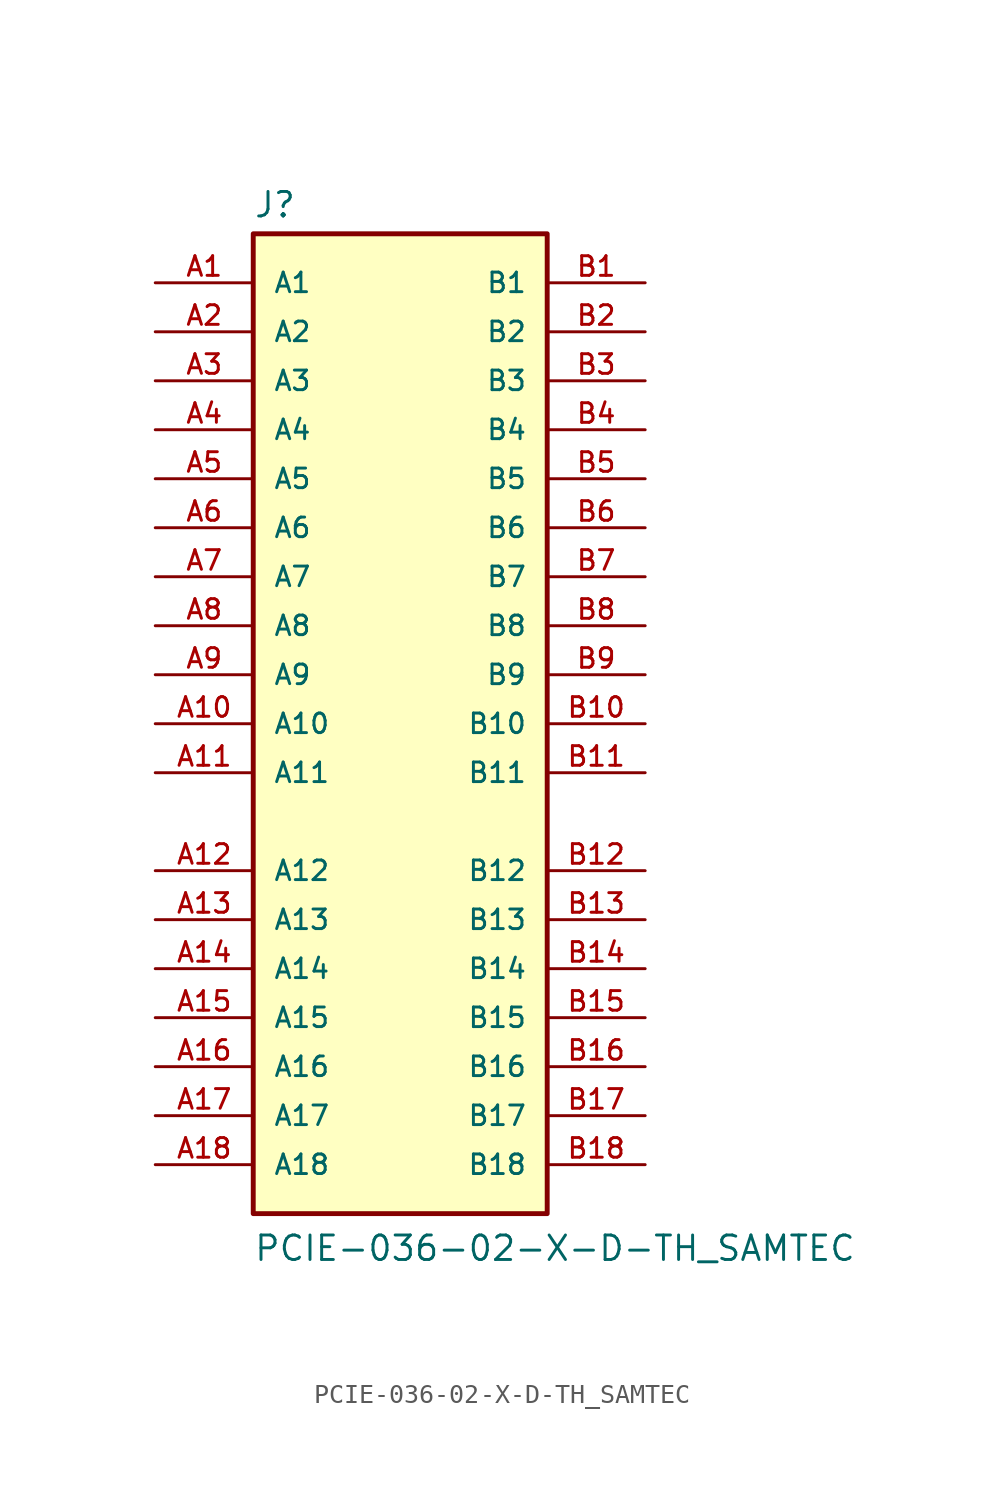
<source format=kicad_sym>
(kicad_symbol_lib
  (version 20241209)
  (generator "kicad_symbol_editor")
  (generator_version "9.0")
  (symbol "PCIE-036-02-X-D-TH_SAMTEC"
    (pin_names
      (offset 1.016))
    (property "Reference" "J"
      (at -7.62 26.162 0)
      (effects (font (size 1.27 1.27)) (justify left bottom)))
    (property "Value" "PCIE-036-02-X-D-TH_SAMTEC"
      (at -7.62 -27.94 0)
      (effects (font (size 1.27 1.27)) (justify left bottom)))
    (symbol "PCIE-036-02-X-D-TH_SAMTEC_0_0"
      (rectangle (start -7.62 -25.4) (end 7.62 25.4) (stroke (width 0.254) (type default)) (fill (type background)))
      (pin passive line (at -12.7 22.86 0) (length 5.08) (name "A1" (effects (font (size 1.016 1.016)))) (number "A1" (effects (font (size 1.016 1.016)))))
      (pin passive line (at -12.7 20.32 0) (length 5.08) (name "A2" (effects (font (size 1.016 1.016)))) (number "A2" (effects (font (size 1.016 1.016)))))
      (pin passive line (at -12.7 17.78 0) (length 5.08) (name "A3" (effects (font (size 1.016 1.016)))) (number "A3" (effects (font (size 1.016 1.016)))))
      (pin passive line (at -12.7 15.24 0) (length 5.08) (name "A4" (effects (font (size 1.016 1.016)))) (number "A4" (effects (font (size 1.016 1.016)))))
      (pin passive line (at -12.7 12.7 0) (length 5.08) (name "A5" (effects (font (size 1.016 1.016)))) (number "A5" (effects (font (size 1.016 1.016)))))
      (pin passive line (at -12.7 10.16 0) (length 5.08) (name "A6" (effects (font (size 1.016 1.016)))) (number "A6" (effects (font (size 1.016 1.016)))))
      (pin passive line (at -12.7 7.62 0) (length 5.08) (name "A7" (effects (font (size 1.016 1.016)))) (number "A7" (effects (font (size 1.016 1.016)))))
      (pin passive line (at -12.7 5.08 0) (length 5.08) (name "A8" (effects (font (size 1.016 1.016)))) (number "A8" (effects (font (size 1.016 1.016)))))
      (pin passive line (at -12.7 2.54 0) (length 5.08) (name "A9" (effects (font (size 1.016 1.016)))) (number "A9" (effects (font (size 1.016 1.016)))))
      (pin passive line (at -12.7 0 0) (length 5.08) (name "A10" (effects (font (size 1.016 1.016)))) (number "A10" (effects (font (size 1.016 1.016)))))
      (pin passive line (at -12.7 -2.54 0) (length 5.08) (name "A11" (effects (font (size 1.016 1.016)))) (number "A11" (effects (font (size 1.016 1.016)))))
      (pin passive line (at -12.7 -7.62 0) (length 5.08) (name "A12" (effects (font (size 1.016 1.016)))) (number "A12" (effects (font (size 1.016 1.016)))))
      (pin passive line (at -12.7 -10.16 0) (length 5.08) (name "A13" (effects (font (size 1.016 1.016)))) (number "A13" (effects (font (size 1.016 1.016)))))
      (pin passive line (at -12.7 -12.7 0) (length 5.08) (name "A14" (effects (font (size 1.016 1.016)))) (number "A14" (effects (font (size 1.016 1.016)))))
      (pin passive line (at -12.7 -15.24 0) (length 5.08) (name "A15" (effects (font (size 1.016 1.016)))) (number "A15" (effects (font (size 1.016 1.016)))))
      (pin passive line (at -12.7 -17.78 0) (length 5.08) (name "A16" (effects (font (size 1.016 1.016)))) (number "A16" (effects (font (size 1.016 1.016)))))
      (pin passive line (at -12.7 -20.32 0) (length 5.08) (name "A17" (effects (font (size 1.016 1.016)))) (number "A17" (effects (font (size 1.016 1.016)))))
      (pin passive line (at -12.7 -22.86 0) (length 5.08) (name "A18" (effects (font (size 1.016 1.016)))) (number "A18" (effects (font (size 1.016 1.016)))))
      (pin passive line (at 12.7 22.86 180) (length 5.08) (name "B1" (effects (font (size 1.016 1.016)))) (number "B1" (effects (font (size 1.016 1.016)))))
      (pin passive line (at 12.7 20.32 180) (length 5.08) (name "B2" (effects (font (size 1.016 1.016)))) (number "B2" (effects (font (size 1.016 1.016)))))
      (pin passive line (at 12.7 17.78 180) (length 5.08) (name "B3" (effects (font (size 1.016 1.016)))) (number "B3" (effects (font (size 1.016 1.016)))))
      (pin passive line (at 12.7 15.24 180) (length 5.08) (name "B4" (effects (font (size 1.016 1.016)))) (number "B4" (effects (font (size 1.016 1.016)))))
      (pin passive line (at 12.7 12.7 180) (length 5.08) (name "B5" (effects (font (size 1.016 1.016)))) (number "B5" (effects (font (size 1.016 1.016)))))
      (pin passive line (at 12.7 10.16 180) (length 5.08) (name "B6" (effects (font (size 1.016 1.016)))) (number "B6" (effects (font (size 1.016 1.016)))))
      (pin passive line (at 12.7 7.62 180) (length 5.08) (name "B7" (effects (font (size 1.016 1.016)))) (number "B7" (effects (font (size 1.016 1.016)))))
      (pin passive line (at 12.7 5.08 180) (length 5.08) (name "B8" (effects (font (size 1.016 1.016)))) (number "B8" (effects (font (size 1.016 1.016)))))
      (pin passive line (at 12.7 2.54 180) (length 5.08) (name "B9" (effects (font (size 1.016 1.016)))) (number "B9" (effects (font (size 1.016 1.016)))))
      (pin passive line (at 12.7 0 180) (length 5.08) (name "B10" (effects (font (size 1.016 1.016)))) (number "B10" (effects (font (size 1.016 1.016)))))
      (pin passive line (at 12.7 -2.54 180) (length 5.08) (name "B11" (effects (font (size 1.016 1.016)))) (number "B11" (effects (font (size 1.016 1.016)))))
      (pin passive line (at 12.7 -7.62 180) (length 5.08) (name "B12" (effects (font (size 1.016 1.016)))) (number "B12" (effects (font (size 1.016 1.016)))))
      (pin passive line (at 12.7 -10.16 180) (length 5.08) (name "B13" (effects (font (size 1.016 1.016)))) (number "B13" (effects (font (size 1.016 1.016)))))
      (pin passive line (at 12.7 -12.7 180) (length 5.08) (name "B14" (effects (font (size 1.016 1.016)))) (number "B14" (effects (font (size 1.016 1.016)))))
      (pin passive line (at 12.7 -15.24 180) (length 5.08) (name "B15" (effects (font (size 1.016 1.016)))) (number "B15" (effects (font (size 1.016 1.016)))))
      (pin passive line (at 12.7 -17.78 180) (length 5.08) (name "B16" (effects (font (size 1.016 1.016)))) (number "B16" (effects (font (size 1.016 1.016)))))
      (pin passive line (at 12.7 -20.32 180) (length 5.08) (name "B17" (effects (font (size 1.016 1.016)))) (number "B17" (effects (font (size 1.016 1.016)))))
      (pin passive line (at 12.7 -22.86 180) (length 5.08) (name "B18" (effects (font (size 1.016 1.016)))) (number "B18" (effects (font (size 1.016 1.016))))))))
</source>
